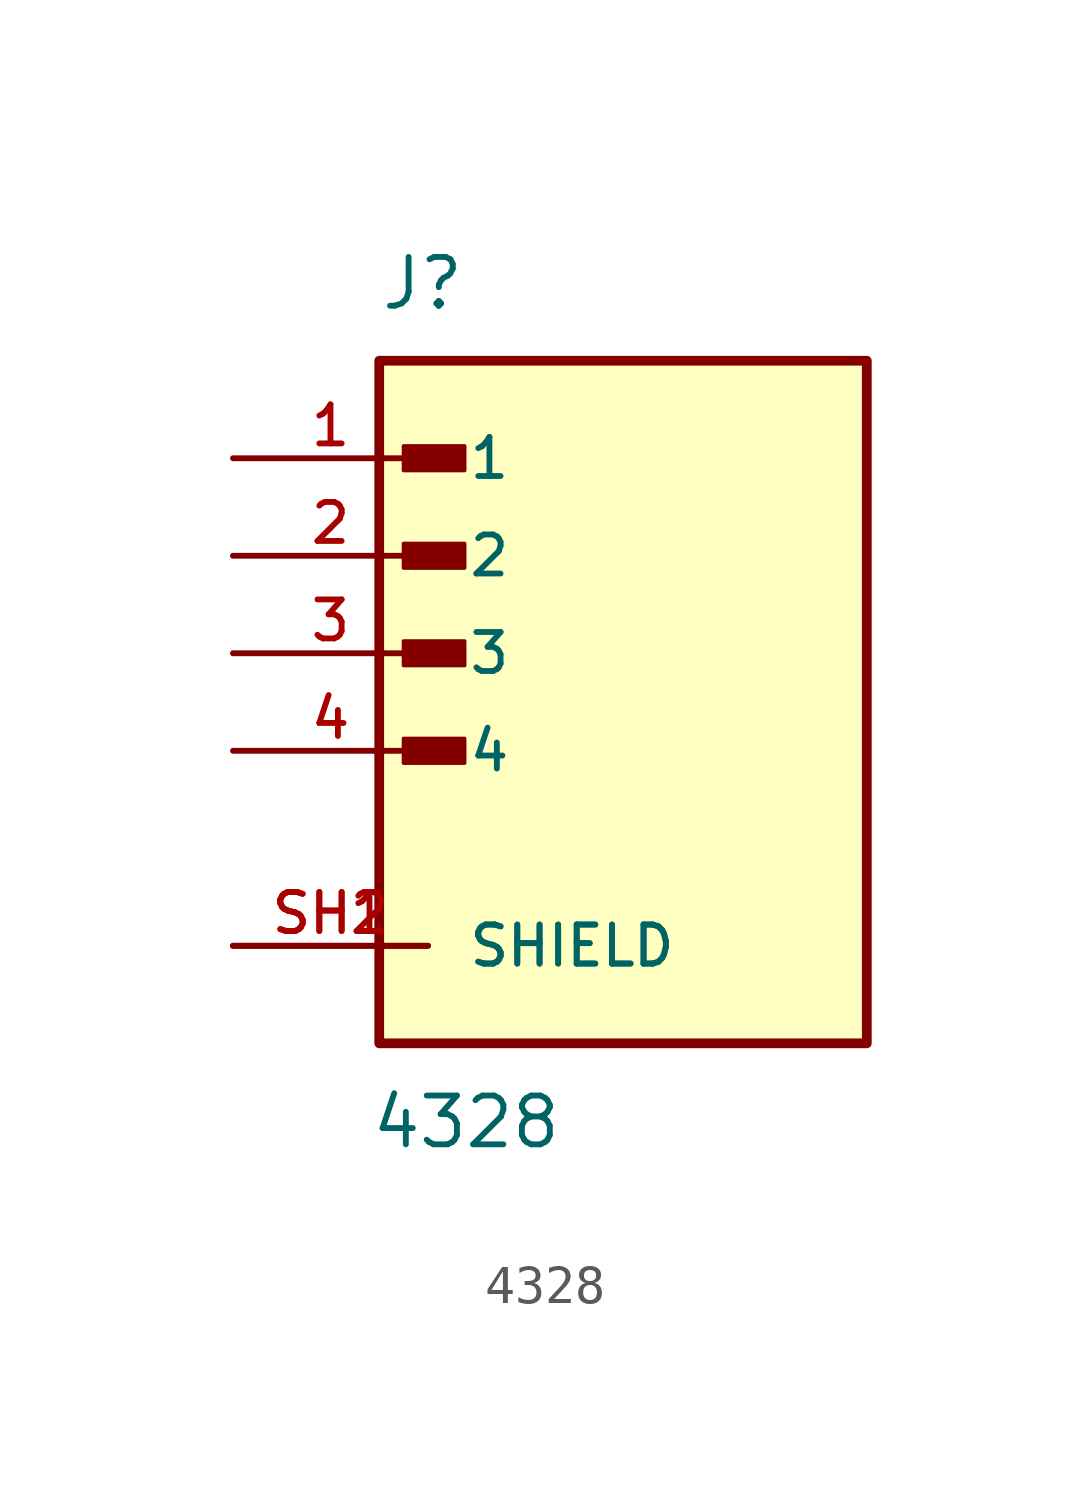
<source format=kicad_sym>
(kicad_symbol_lib
  (version 20211014)
  (generator kicad_symbol_editor)
  (symbol "4328"
    (pin_names
      (offset 1.016))
    (property "Reference" "J"
      (at -6.35 11.43 0)
      (effects (font (size 1.27 1.27)) (justify bottom left)))
    (property "Value" "4328"
      (at -6.604 -10.414 0)
      (effects (font (size 1.27 1.27)) (justify bottom left)))
    (symbol "4328_0_0"
      (rectangle (start -5.715 7.303) (end -4.128 7.938) (stroke (width 0.1)) (fill (type outline)))
      (rectangle (start -5.715 4.763) (end -4.128 5.397) (stroke (width 0.1)) (fill (type outline)))
      (rectangle (start -5.715 2.223) (end -4.128 2.857) (stroke (width 0.1)) (fill (type outline)))
      (rectangle (start -5.715 -0.318) (end -4.128 0.318) (stroke (width 0.1)) (fill (type outline)))
      (rectangle (start -6.35 -7.62) (end 6.35 10.16) (stroke (width 0.254)) (fill (type background)))
      (pin passive line (at -10.16 7.62 0) (length 5.08) (name "1" (effects (font (size 1.016 1.016)))) (number "1" (effects (font (size 1.016 1.016)))))
      (pin passive line (at -10.16 5.08 0) (length 5.08) (name "2" (effects (font (size 1.016 1.016)))) (number "2" (effects (font (size 1.016 1.016)))))
      (pin passive line (at -10.16 2.54 0) (length 5.08) (name "3" (effects (font (size 1.016 1.016)))) (number "3" (effects (font (size 1.016 1.016)))))
      (pin passive line (at -10.16 0.0 0) (length 5.08) (name "4" (effects (font (size 1.016 1.016)))) (number "4" (effects (font (size 1.016 1.016)))))
      (pin passive line (at -10.16 -5.08 0) (length 5.08) (name "SHIELD" (effects (font (size 1.016 1.016)))) (number "SH1" (effects (font (size 1.016 1.016)))))
      (pin passive line (at -10.16 -5.08 0) (length 5.08) (name "SHIELD" (effects (font (size 1.016 1.016)))) (number "SH2" (effects (font (size 1.016 1.016))))))))
</source>
